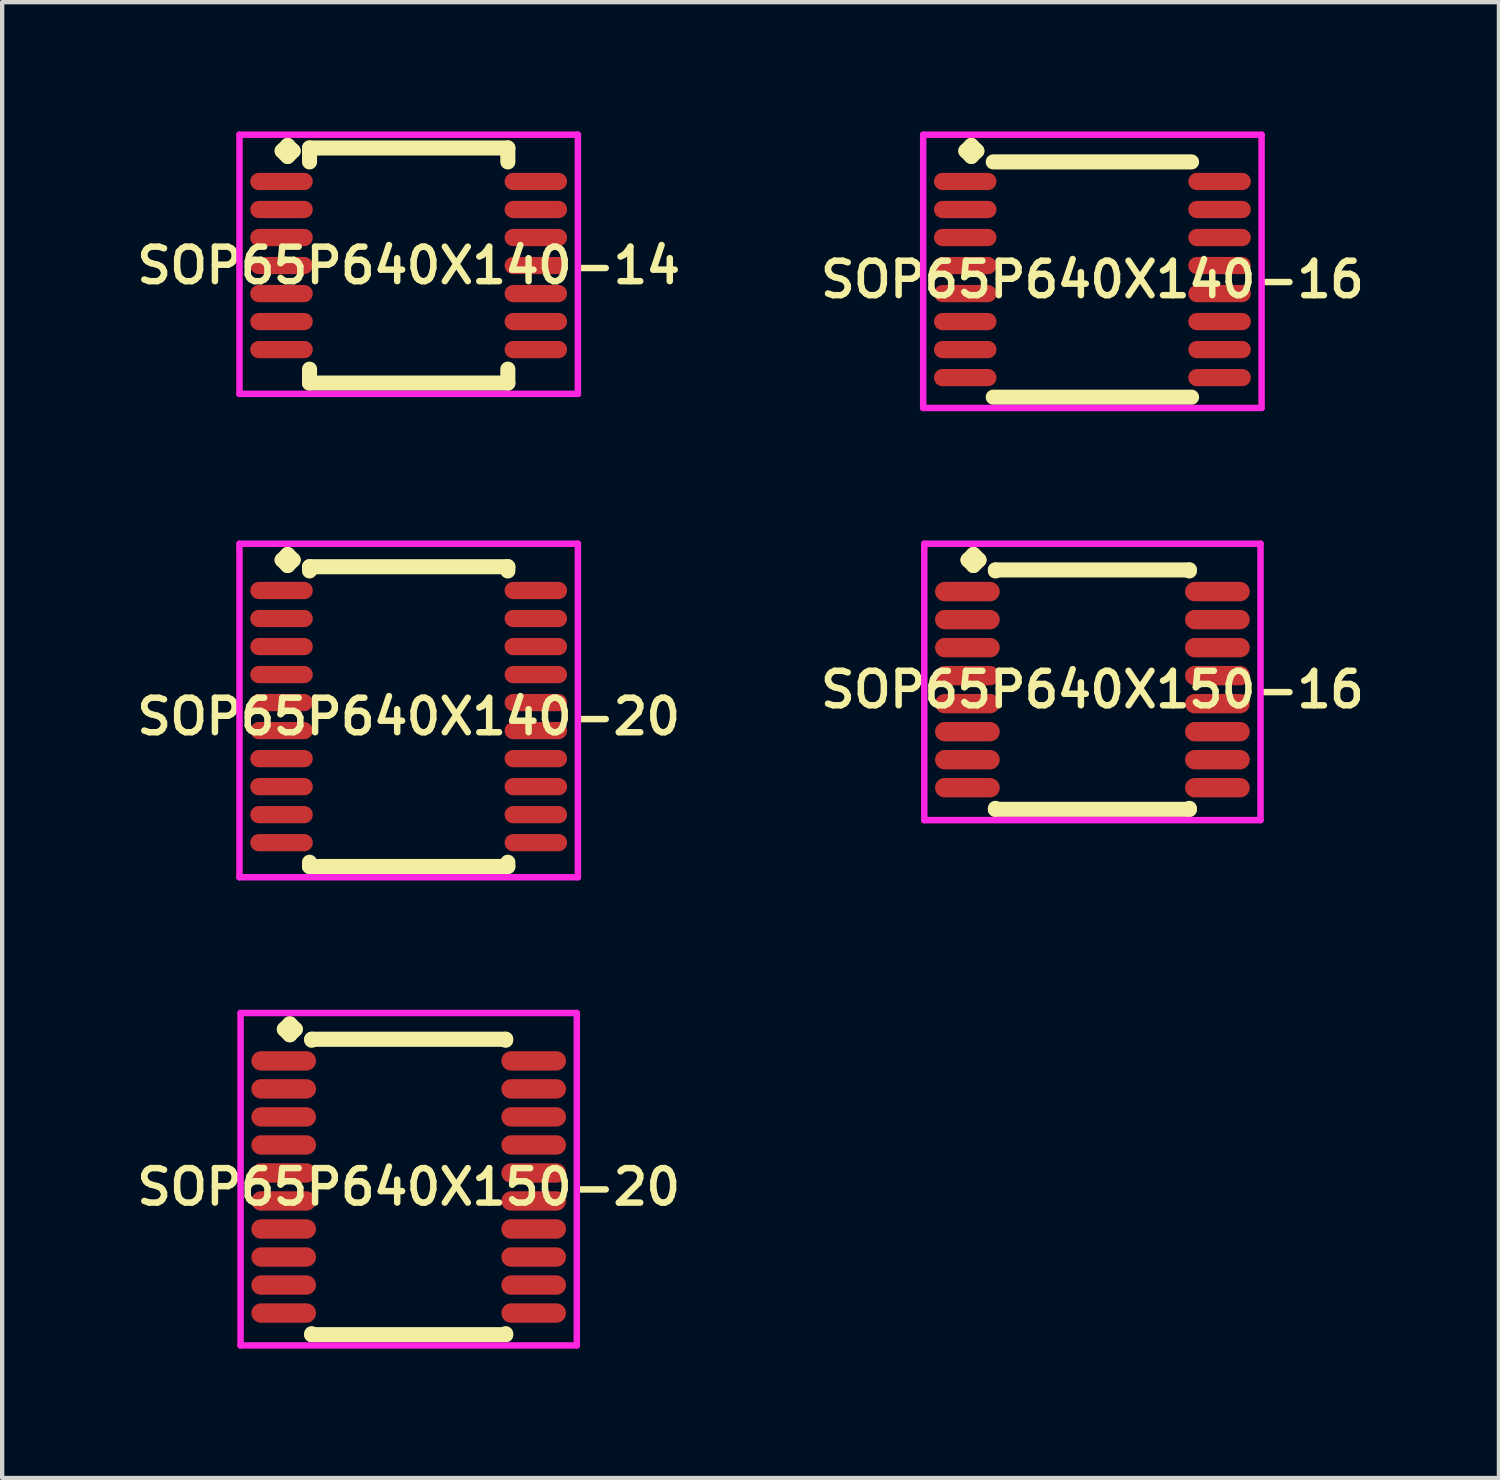
<source format=kicad_pcb>
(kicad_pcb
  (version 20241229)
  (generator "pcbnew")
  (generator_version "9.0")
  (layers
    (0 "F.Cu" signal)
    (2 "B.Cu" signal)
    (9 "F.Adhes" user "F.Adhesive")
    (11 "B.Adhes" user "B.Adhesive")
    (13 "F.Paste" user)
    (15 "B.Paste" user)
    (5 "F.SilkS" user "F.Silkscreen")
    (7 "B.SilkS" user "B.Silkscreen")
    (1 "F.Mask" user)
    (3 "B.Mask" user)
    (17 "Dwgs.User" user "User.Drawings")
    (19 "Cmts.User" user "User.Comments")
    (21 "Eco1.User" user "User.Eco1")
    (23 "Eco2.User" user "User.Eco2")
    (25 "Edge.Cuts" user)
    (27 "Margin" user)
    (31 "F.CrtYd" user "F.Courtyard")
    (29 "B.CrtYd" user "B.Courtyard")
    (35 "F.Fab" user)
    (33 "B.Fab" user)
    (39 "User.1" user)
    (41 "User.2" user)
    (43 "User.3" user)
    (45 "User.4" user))
  (footprint "SOP65P640X140-14"
    (layer "F.Cu")
    (at 6.431 3.11)
    (property "Reference" "SOP65P640X140-14" (at 0 0 0) (layer "F.SilkS") (effects (font (size 0.8 0.8) (thickness 0.15))))
    (attr through_hole)
    (fp_line (start -2.935 -2.658) (end -2.808 -2.785) (stroke (width 0.35) (type solid)) (layer "F.SilkS"))
    (fp_line (start -2.808 -2.785) (end -2.681 -2.658) (stroke (width 0.35) (type solid)) (layer "F.SilkS"))
    (fp_line (start -2.808 -2.531) (end -2.935 -2.658) (stroke (width 0.35) (type solid)) (layer "F.SilkS"))
    (fp_line (start -2.681 -2.658) (end -2.808 -2.531) (stroke (width 0.35) (type solid)) (layer "F.SilkS"))
    (fp_line (start -2.3 -2.727) (end 2.3 -2.727) (stroke (width 0.35) (type solid)) (layer "F.SilkS"))
    (fp_line (start -2.3 -2.404) (end -2.3 -2.727) (stroke (width 0.35) (type solid)) (layer "F.SilkS"))
    (fp_line (start -2.3 2.404) (end -2.3 2.727) (stroke (width 0.35) (type solid)) (layer "F.SilkS"))
    (fp_line (start -2.3 2.727) (end 2.3 2.727) (stroke (width 0.35) (type solid)) (layer "F.SilkS"))
    (fp_line (start 2.3 -2.727) (end 2.3 -2.404) (stroke (width 0.35) (type solid)) (layer "F.SilkS"))
    (fp_line (start 2.3 2.727) (end 2.3 2.404) (stroke (width 0.35) (type solid)) (layer "F.SilkS"))
    (fp_line (start -3.925 -3.035) (end 3.925 -3.035) (stroke (width 0.15) (type solid)) (layer "F.CrtYd"))
    (fp_line (start -3.925 2.977) (end -3.925 -3.035) (stroke (width 0.15) (type solid)) (layer "F.CrtYd"))
    (fp_line (start 3.925 -3.035) (end 3.925 2.977) (stroke (width 0.15) (type solid)) (layer "F.CrtYd"))
    (fp_line (start 3.925 2.977) (end -3.925 2.977) (stroke (width 0.15) (type solid)) (layer "F.CrtYd"))
    (pad "1" smd oval (at -2.95 -1.95) (size 1.45 0.4) (layers "F.Cu" "F.Mask" "F.Paste"))
    (pad "2" smd oval (at -2.95 -1.3) (size 1.45 0.4) (layers "F.Cu" "F.Mask" "F.Paste"))
    (pad "3" smd oval (at -2.95 -0.65) (size 1.45 0.4) (layers "F.Cu" "F.Mask" "F.Paste"))
    (pad "4" smd oval (at -2.95 0) (size 1.45 0.4) (layers "F.Cu" "F.Mask" "F.Paste"))
    (pad "5" smd oval (at -2.95 0.65) (size 1.45 0.4) (layers "F.Cu" "F.Mask" "F.Paste"))
    (pad "6" smd oval (at -2.95 1.3) (size 1.45 0.4) (layers "F.Cu" "F.Mask" "F.Paste"))
    (pad "7" smd oval (at -2.95 1.95) (size 1.45 0.4) (layers "F.Cu" "F.Mask" "F.Paste"))
    (pad "8" smd oval (at 2.95 1.95) (size 1.45 0.4) (layers "F.Cu" "F.Mask" "F.Paste"))
    (pad "9" smd oval (at 2.95 1.3) (size 1.45 0.4) (layers "F.Cu" "F.Mask" "F.Paste"))
    (pad "10" smd oval (at 2.95 0.65) (size 1.45 0.4) (layers "F.Cu" "F.Mask" "F.Paste"))
    (pad "11" smd oval (at 2.95 0) (size 1.45 0.4) (layers "F.Cu" "F.Mask" "F.Paste"))
    (pad "12" smd oval (at 2.95 -0.65) (size 1.45 0.4) (layers "F.Cu" "F.Mask" "F.Paste"))
    (pad "13" smd oval (at 2.95 -1.3) (size 1.45 0.4) (layers "F.Cu" "F.Mask" "F.Paste"))
    (pad "14" smd oval (at 2.95 -1.95) (size 1.45 0.4) (layers "F.Cu" "F.Mask" "F.Paste")))
  (footprint "SOP65P640X140-16"
    (layer "F.Cu")
    (at 22.292 3.435)
    (property "Reference" "SOP65P640X140-16" (at 0 0 0) (layer "F.SilkS") (effects (font (size 0.8 0.8) (thickness 0.15))))
    (attr smd)
    (fp_line (start -2.935 -2.983) (end -2.808 -3.11) (stroke (width 0.35) (type solid)) (layer "F.SilkS"))
    (fp_line (start -2.808 -3.11) (end -2.681 -2.983) (stroke (width 0.35) (type solid)) (layer "F.SilkS"))
    (fp_line (start -2.808 -2.856) (end -2.935 -2.983) (stroke (width 0.35) (type solid)) (layer "F.SilkS"))
    (fp_line (start -2.681 -2.983) (end -2.808 -2.856) (stroke (width 0.35) (type solid)) (layer "F.SilkS"))
    (fp_line (start -2.3 -2.729) (end 2.3 -2.729) (stroke (width 0.35) (type solid)) (layer "F.SilkS"))
    (fp_line (start -2.3 2.729) (end 2.3 2.729) (stroke (width 0.35) (type solid)) (layer "F.SilkS"))
    (fp_line (start -3.925 -3.36) (end 3.925 -3.36) (stroke (width 0.15) (type solid)) (layer "F.CrtYd"))
    (fp_line (start -3.925 2.979) (end -3.925 -3.36) (stroke (width 0.15) (type solid)) (layer "F.CrtYd"))
    (fp_line (start 3.925 -3.36) (end 3.925 2.979) (stroke (width 0.15) (type solid)) (layer "F.CrtYd"))
    (fp_line (start 3.925 2.979) (end -3.925 2.979) (stroke (width 0.15) (type solid)) (layer "F.CrtYd"))
    (pad "1" smd oval (at -2.95 -2.275) (size 1.45 0.4) (layers "F.Cu" "F.Mask" "F.Paste"))
    (pad "2" smd oval (at -2.95 -1.625) (size 1.45 0.4) (layers "F.Cu" "F.Mask" "F.Paste"))
    (pad "3" smd oval (at -2.95 -0.975) (size 1.45 0.4) (layers "F.Cu" "F.Mask" "F.Paste"))
    (pad "4" smd oval (at -2.95 -0.325) (size 1.45 0.4) (layers "F.Cu" "F.Mask" "F.Paste"))
    (pad "5" smd oval (at -2.95 0.325) (size 1.45 0.4) (layers "F.Cu" "F.Mask" "F.Paste"))
    (pad "6" smd oval (at -2.95 0.975) (size 1.45 0.4) (layers "F.Cu" "F.Mask" "F.Paste"))
    (pad "7" smd oval (at -2.95 1.625) (size 1.45 0.4) (layers "F.Cu" "F.Mask" "F.Paste"))
    (pad "8" smd oval (at -2.95 2.275) (size 1.45 0.4) (layers "F.Cu" "F.Mask" "F.Paste"))
    (pad "9" smd oval (at 2.95 2.275) (size 1.45 0.4) (layers "F.Cu" "F.Mask" "F.Paste"))
    (pad "10" smd oval (at 2.95 1.625) (size 1.45 0.4) (layers "F.Cu" "F.Mask" "F.Paste"))
    (pad "11" smd oval (at 2.95 0.975) (size 1.45 0.4) (layers "F.Cu" "F.Mask" "F.Paste"))
    (pad "12" smd oval (at 2.95 0.325) (size 1.45 0.4) (layers "F.Cu" "F.Mask" "F.Paste"))
    (pad "13" smd oval (at 2.95 -0.325) (size 1.45 0.4) (layers "F.Cu" "F.Mask" "F.Paste"))
    (pad "14" smd oval (at 2.95 -0.975) (size 1.45 0.4) (layers "F.Cu" "F.Mask" "F.Paste"))
    (pad "15" smd oval (at 2.95 -1.625) (size 1.45 0.4) (layers "F.Cu" "F.Mask" "F.Paste"))
    (pad "16" smd oval (at 2.95 -2.275) (size 1.45 0.4) (layers "F.Cu" "F.Mask" "F.Paste")))
  (footprint "SOP65P640X150-20"
    (layer "F.Cu")
    (at 6.431 24.486)
    (property "Reference" "SOP65P640X150-20" (at 0 0 0) (layer "F.SilkS") (effects (font (size 0.8 0.8) (thickness 0.15))))
    (attr smd)
    (fp_line (start -2.885 -3.658) (end -2.758 -3.785) (stroke (width 0.35) (type solid)) (layer "F.SilkS"))
    (fp_line (start -2.758 -3.785) (end -2.631 -3.658) (stroke (width 0.35) (type solid)) (layer "F.SilkS"))
    (fp_line (start -2.758 -3.531) (end -2.885 -3.658) (stroke (width 0.35) (type solid)) (layer "F.SilkS"))
    (fp_line (start -2.631 -3.658) (end -2.758 -3.531) (stroke (width 0.35) (type solid)) (layer "F.SilkS"))
    (fp_line (start -2.25 -3.427) (end 2.25 -3.427) (stroke (width 0.35) (type solid)) (layer "F.SilkS"))
    (fp_line (start -2.25 -3.404) (end -2.25 -3.427) (stroke (width 0.35) (type solid)) (layer "F.SilkS"))
    (fp_line (start -2.25 3.404) (end -2.25 3.427) (stroke (width 0.35) (type solid)) (layer "F.SilkS"))
    (fp_line (start -2.25 3.427) (end 2.25 3.427) (stroke (width 0.35) (type solid)) (layer "F.SilkS"))
    (fp_line (start 2.25 -3.427) (end 2.25 -3.404) (stroke (width 0.35) (type solid)) (layer "F.SilkS"))
    (fp_line (start 2.25 3.427) (end 2.25 3.404) (stroke (width 0.35) (type solid)) (layer "F.SilkS"))
    (fp_line (start -3.9 -4.035) (end 3.9 -4.035) (stroke (width 0.15) (type solid)) (layer "F.CrtYd"))
    (fp_line (start -3.9 3.677) (end -3.9 -4.035) (stroke (width 0.15) (type solid)) (layer "F.CrtYd"))
    (fp_line (start 3.9 -4.035) (end 3.9 3.677) (stroke (width 0.15) (type solid)) (layer "F.CrtYd"))
    (fp_line (start 3.9 3.677) (end -3.9 3.677) (stroke (width 0.15) (type solid)) (layer "F.CrtYd"))
    (pad "1" smd oval (at -2.9 -2.925) (size 1.5 0.45) (layers "F.Cu" "F.Mask" "F.Paste"))
    (pad "2" smd oval (at -2.9 -2.275) (size 1.5 0.45) (layers "F.Cu" "F.Mask" "F.Paste"))
    (pad "3" smd oval (at -2.9 -1.625) (size 1.5 0.45) (layers "F.Cu" "F.Mask" "F.Paste"))
    (pad "4" smd oval (at -2.9 -0.975) (size 1.5 0.45) (layers "F.Cu" "F.Mask" "F.Paste"))
    (pad "5" smd oval (at -2.9 -0.325) (size 1.5 0.45) (layers "F.Cu" "F.Mask" "F.Paste"))
    (pad "6" smd oval (at -2.9 0.325) (size 1.5 0.45) (layers "F.Cu" "F.Mask" "F.Paste"))
    (pad "7" smd oval (at -2.9 0.975) (size 1.5 0.45) (layers "F.Cu" "F.Mask" "F.Paste"))
    (pad "8" smd oval (at -2.9 1.625) (size 1.5 0.45) (layers "F.Cu" "F.Mask" "F.Paste"))
    (pad "9" smd oval (at -2.9 2.275) (size 1.5 0.45) (layers "F.Cu" "F.Mask" "F.Paste"))
    (pad "10" smd oval (at -2.9 2.925) (size 1.5 0.45) (layers "F.Cu" "F.Mask" "F.Paste"))
    (pad "11" smd oval (at 2.9 2.925) (size 1.5 0.45) (layers "F.Cu" "F.Mask" "F.Paste"))
    (pad "12" smd oval (at 2.9 2.275) (size 1.5 0.45) (layers "F.Cu" "F.Mask" "F.Paste"))
    (pad "13" smd oval (at 2.9 1.625) (size 1.5 0.45) (layers "F.Cu" "F.Mask" "F.Paste"))
    (pad "14" smd oval (at 2.9 0.975) (size 1.5 0.45) (layers "F.Cu" "F.Mask" "F.Paste"))
    (pad "15" smd oval (at 2.9 0.325) (size 1.5 0.45) (layers "F.Cu" "F.Mask" "F.Paste"))
    (pad "16" smd oval (at 2.9 -0.325) (size 1.5 0.45) (layers "F.Cu" "F.Mask" "F.Paste"))
    (pad "17" smd oval (at 2.9 -0.975) (size 1.5 0.45) (layers "F.Cu" "F.Mask" "F.Paste"))
    (pad "18" smd oval (at 2.9 -1.625) (size 1.5 0.45) (layers "F.Cu" "F.Mask" "F.Paste"))
    (pad "19" smd oval (at 2.9 -2.275) (size 1.5 0.45) (layers "F.Cu" "F.Mask" "F.Paste"))
    (pad "20" smd oval (at 2.9 -2.925) (size 1.5 0.45) (layers "F.Cu" "F.Mask" "F.Paste")))
  (footprint "SOP65P640X140-20"
    (layer "F.Cu")
    (at 6.431 13.574)
    (property "Reference" "SOP65P640X140-20" (at 0 0 0) (layer "F.SilkS") (effects (font (size 0.8 0.8) (thickness 0.15))))
    (attr smd)
    (fp_line (start -2.935 -3.633) (end -2.808 -3.76) (stroke (width 0.35) (type solid)) (layer "F.SilkS"))
    (fp_line (start -2.808 -3.76) (end -2.681 -3.633) (stroke (width 0.35) (type solid)) (layer "F.SilkS"))
    (fp_line (start -2.808 -3.506) (end -2.935 -3.633) (stroke (width 0.35) (type solid)) (layer "F.SilkS"))
    (fp_line (start -2.681 -3.633) (end -2.808 -3.506) (stroke (width 0.35) (type solid)) (layer "F.SilkS"))
    (fp_line (start -2.3 -3.477) (end 2.3 -3.477) (stroke (width 0.35) (type solid)) (layer "F.SilkS"))
    (fp_line (start -2.3 -3.379) (end -2.3 -3.477) (stroke (width 0.35) (type solid)) (layer "F.SilkS"))
    (fp_line (start -2.3 3.379) (end -2.3 3.477) (stroke (width 0.35) (type solid)) (layer "F.SilkS"))
    (fp_line (start -2.3 3.477) (end 2.3 3.477) (stroke (width 0.35) (type solid)) (layer "F.SilkS"))
    (fp_line (start 2.3 -3.477) (end 2.3 -3.379) (stroke (width 0.35) (type solid)) (layer "F.SilkS"))
    (fp_line (start 2.3 3.477) (end 2.3 3.379) (stroke (width 0.35) (type solid)) (layer "F.SilkS"))
    (fp_line (start -3.925 -4.01) (end 3.925 -4.01) (stroke (width 0.15) (type solid)) (layer "F.CrtYd"))
    (fp_line (start -3.925 3.727) (end -3.925 -4.01) (stroke (width 0.15) (type solid)) (layer "F.CrtYd"))
    (fp_line (start 3.925 -4.01) (end 3.925 3.727) (stroke (width 0.15) (type solid)) (layer "F.CrtYd"))
    (fp_line (start 3.925 3.727) (end -3.925 3.727) (stroke (width 0.15) (type solid)) (layer "F.CrtYd"))
    (pad "1" smd oval (at -2.95 -2.925) (size 1.45 0.4) (layers "F.Cu" "F.Mask" "F.Paste"))
    (pad "2" smd oval (at -2.95 -2.275) (size 1.45 0.4) (layers "F.Cu" "F.Mask" "F.Paste"))
    (pad "3" smd oval (at -2.95 -1.625) (size 1.45 0.4) (layers "F.Cu" "F.Mask" "F.Paste"))
    (pad "4" smd oval (at -2.95 -0.975) (size 1.45 0.4) (layers "F.Cu" "F.Mask" "F.Paste"))
    (pad "5" smd oval (at -2.95 -0.325) (size 1.45 0.4) (layers "F.Cu" "F.Mask" "F.Paste"))
    (pad "6" smd oval (at -2.95 0.325) (size 1.45 0.4) (layers "F.Cu" "F.Mask" "F.Paste"))
    (pad "7" smd oval (at -2.95 0.975) (size 1.45 0.4) (layers "F.Cu" "F.Mask" "F.Paste"))
    (pad "8" smd oval (at -2.95 1.625) (size 1.45 0.4) (layers "F.Cu" "F.Mask" "F.Paste"))
    (pad "9" smd oval (at -2.95 2.275) (size 1.45 0.4) (layers "F.Cu" "F.Mask" "F.Paste"))
    (pad "10" smd oval (at -2.95 2.925) (size 1.45 0.4) (layers "F.Cu" "F.Mask" "F.Paste"))
    (pad "11" smd oval (at 2.95 2.925) (size 1.45 0.4) (layers "F.Cu" "F.Mask" "F.Paste"))
    (pad "12" smd oval (at 2.95 2.275) (size 1.45 0.4) (layers "F.Cu" "F.Mask" "F.Paste"))
    (pad "13" smd oval (at 2.95 1.625) (size 1.45 0.4) (layers "F.Cu" "F.Mask" "F.Paste"))
    (pad "14" smd oval (at 2.95 0.975) (size 1.45 0.4) (layers "F.Cu" "F.Mask" "F.Paste"))
    (pad "15" smd oval (at 2.95 0.325) (size 1.45 0.4) (layers "F.Cu" "F.Mask" "F.Paste"))
    (pad "16" smd oval (at 2.95 -0.325) (size 1.45 0.4) (layers "F.Cu" "F.Mask" "F.Paste"))
    (pad "17" smd oval (at 2.95 -0.975) (size 1.45 0.4) (layers "F.Cu" "F.Mask" "F.Paste"))
    (pad "18" smd oval (at 2.95 -1.625) (size 1.45 0.4) (layers "F.Cu" "F.Mask" "F.Paste"))
    (pad "19" smd oval (at 2.95 -2.275) (size 1.45 0.4) (layers "F.Cu" "F.Mask" "F.Paste"))
    (pad "20" smd oval (at 2.95 -2.925) (size 1.45 0.4) (layers "F.Cu" "F.Mask" "F.Paste")))
  (footprint "SOP65P640X150-16"
    (layer "F.Cu")
    (at 22.292 12.949)
    (property "Reference" "SOP65P640X150-16" (at 0 0 0) (layer "F.SilkS") (effects (font (size 0.8 0.8) (thickness 0.15))))
    (attr smd)
    (fp_line (start -2.885 -3.008) (end -2.758 -3.135) (stroke (width 0.35) (type solid)) (layer "F.SilkS"))
    (fp_line (start -2.758 -3.135) (end -2.631 -3.008) (stroke (width 0.35) (type solid)) (layer "F.SilkS"))
    (fp_line (start -2.758 -2.881) (end -2.885 -3.008) (stroke (width 0.35) (type solid)) (layer "F.SilkS"))
    (fp_line (start -2.631 -3.008) (end -2.758 -2.881) (stroke (width 0.35) (type solid)) (layer "F.SilkS"))
    (fp_line (start -2.25 -2.777) (end 2.25 -2.777) (stroke (width 0.35) (type solid)) (layer "F.SilkS"))
    (fp_line (start -2.25 -2.754) (end -2.25 -2.777) (stroke (width 0.35) (type solid)) (layer "F.SilkS"))
    (fp_line (start -2.25 2.754) (end -2.25 2.777) (stroke (width 0.35) (type solid)) (layer "F.SilkS"))
    (fp_line (start -2.25 2.777) (end 2.25 2.777) (stroke (width 0.35) (type solid)) (layer "F.SilkS"))
    (fp_line (start 2.25 -2.777) (end 2.25 -2.754) (stroke (width 0.35) (type solid)) (layer "F.SilkS"))
    (fp_line (start 2.25 2.777) (end 2.25 2.754) (stroke (width 0.35) (type solid)) (layer "F.SilkS"))
    (fp_line (start -3.9 -3.385) (end 3.9 -3.385) (stroke (width 0.15) (type solid)) (layer "F.CrtYd"))
    (fp_line (start -3.9 3.027) (end -3.9 -3.385) (stroke (width 0.15) (type solid)) (layer "F.CrtYd"))
    (fp_line (start 3.9 -3.385) (end 3.9 3.027) (stroke (width 0.15) (type solid)) (layer "F.CrtYd"))
    (fp_line (start 3.9 3.027) (end -3.9 3.027) (stroke (width 0.15) (type solid)) (layer "F.CrtYd"))
    (pad "1" smd oval (at -2.9 -2.275) (size 1.5 0.45) (layers "F.Cu" "F.Mask" "F.Paste"))
    (pad "2" smd oval (at -2.9 -1.625) (size 1.5 0.45) (layers "F.Cu" "F.Mask" "F.Paste"))
    (pad "3" smd oval (at -2.9 -0.975) (size 1.5 0.45) (layers "F.Cu" "F.Mask" "F.Paste"))
    (pad "4" smd oval (at -2.9 -0.325) (size 1.5 0.45) (layers "F.Cu" "F.Mask" "F.Paste"))
    (pad "5" smd oval (at -2.9 0.325) (size 1.5 0.45) (layers "F.Cu" "F.Mask" "F.Paste"))
    (pad "6" smd oval (at -2.9 0.975) (size 1.5 0.45) (layers "F.Cu" "F.Mask" "F.Paste"))
    (pad "7" smd oval (at -2.9 1.625) (size 1.5 0.45) (layers "F.Cu" "F.Mask" "F.Paste"))
    (pad "8" smd oval (at -2.9 2.275) (size 1.5 0.45) (layers "F.Cu" "F.Mask" "F.Paste"))
    (pad "9" smd oval (at 2.9 2.275) (size 1.5 0.45) (layers "F.Cu" "F.Mask" "F.Paste"))
    (pad "10" smd oval (at 2.9 1.625) (size 1.5 0.45) (layers "F.Cu" "F.Mask" "F.Paste"))
    (pad "11" smd oval (at 2.9 0.975) (size 1.5 0.45) (layers "F.Cu" "F.Mask" "F.Paste"))
    (pad "12" smd oval (at 2.9 0.325) (size 1.5 0.45) (layers "F.Cu" "F.Mask" "F.Paste"))
    (pad "13" smd oval (at 2.9 -0.325) (size 1.5 0.45) (layers "F.Cu" "F.Mask" "F.Paste"))
    (pad "14" smd oval (at 2.9 -0.975) (size 1.5 0.45) (layers "F.Cu" "F.Mask" "F.Paste"))
    (pad "15" smd oval (at 2.9 -1.625) (size 1.5 0.45) (layers "F.Cu" "F.Mask" "F.Paste"))
    (pad "16" smd oval (at 2.9 -2.275) (size 1.5 0.45) (layers "F.Cu" "F.Mask" "F.Paste")))
  (gr_rect
    (start -3 -3)
    (end 31.723 31.238)
    (stroke (width 0.1) (type default))
    (fill no)
    (layer "Edge.Cuts")))
</source>
